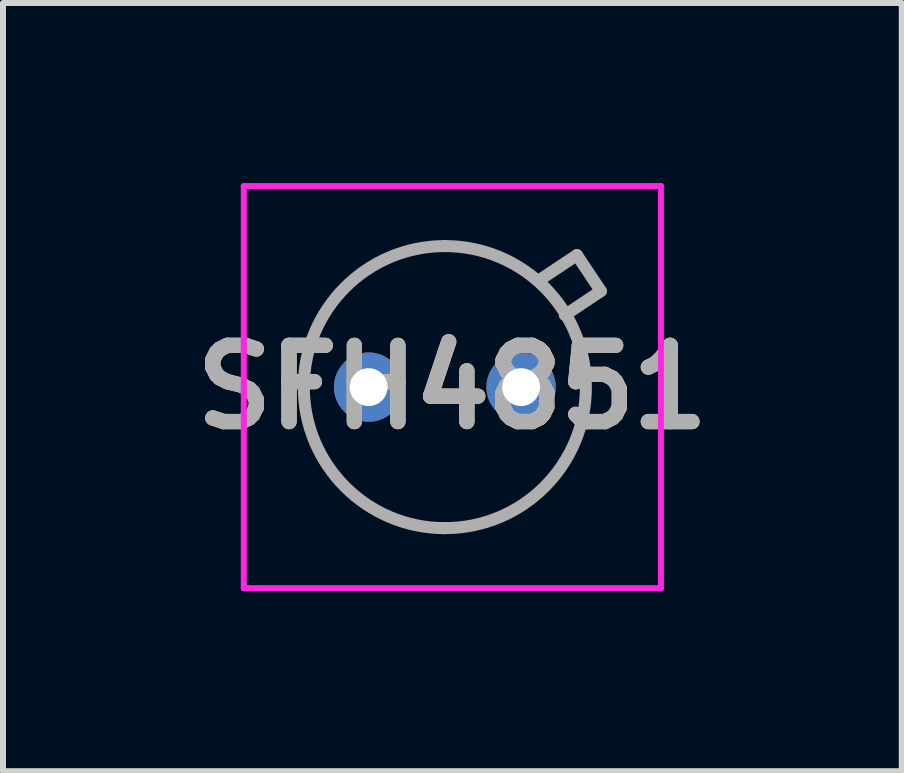
<source format=kicad_pcb>
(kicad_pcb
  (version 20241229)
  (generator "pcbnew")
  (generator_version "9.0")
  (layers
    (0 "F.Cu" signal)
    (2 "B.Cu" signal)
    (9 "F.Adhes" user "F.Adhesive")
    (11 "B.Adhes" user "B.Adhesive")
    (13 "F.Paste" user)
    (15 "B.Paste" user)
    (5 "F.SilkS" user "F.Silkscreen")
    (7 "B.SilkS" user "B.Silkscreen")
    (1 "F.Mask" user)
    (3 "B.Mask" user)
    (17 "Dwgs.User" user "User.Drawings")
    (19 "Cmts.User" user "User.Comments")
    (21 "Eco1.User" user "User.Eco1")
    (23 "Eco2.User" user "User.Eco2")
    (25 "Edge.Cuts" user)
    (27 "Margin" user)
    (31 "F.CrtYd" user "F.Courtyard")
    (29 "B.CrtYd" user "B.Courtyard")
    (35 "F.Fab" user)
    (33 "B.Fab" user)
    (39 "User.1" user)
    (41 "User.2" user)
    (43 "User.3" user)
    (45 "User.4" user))
  (footprint "SFH4851"
    (layer "F.Cu")
    (at 3.092 3.4)
    (property "Reference" "SFH4851" (at 1.395 0 0) (layer "F.SilkS") (effects (font (size 1.27 1.27) (thickness 0.254))))
    (attr through_hole)
    (fp_line (start 1.27 -2.35) (end 1.27 -2.35) (stroke (width 0.1) (type solid)) (layer "F.SilkS"))
    (fp_line (start 1.27 2.35) (end 1.27 2.35) (stroke (width 0.1) (type solid)) (layer "F.SilkS"))
    (fp_arc (start 1.27 -2.35) (mid 3.62 0) (end 1.27 2.35) (stroke (width 0.1) (type solid)) (layer "F.SilkS"))
    (fp_arc (start 1.27 2.35) (mid -1.08 0) (end 1.27 -2.35) (stroke (width 0.1) (type solid)) (layer "F.SilkS"))
    (fp_line (start -2.08 -3.35) (end -2.08 3.35) (stroke (width 0.1) (type solid)) (layer "F.CrtYd"))
    (fp_line (start -2.08 3.35) (end 4.87 3.35) (stroke (width 0.1) (type solid)) (layer "F.CrtYd"))
    (fp_line (start 4.87 -3.35) (end -2.08 -3.35) (stroke (width 0.1) (type solid)) (layer "F.CrtYd"))
    (fp_line (start 4.87 3.35) (end 4.87 -3.35) (stroke (width 0.1) (type solid)) (layer "F.CrtYd"))
    (fp_line (start 1.27 -2.35) (end 1.27 -2.35) (stroke (width 0.2) (type solid)) (layer "F.Fab"))
    (fp_line (start 1.27 2.35) (end 1.27 2.35) (stroke (width 0.2) (type solid)) (layer "F.Fab"))
    (fp_line (start 3.27 -1.2) (end 3.87 -1.6) (stroke (width 0.2) (type solid)) (layer "F.Fab"))
    (fp_line (start 3.47 -2.2) (end 2.87 -1.8) (stroke (width 0.2) (type solid)) (layer "F.Fab"))
    (fp_line (start 3.87 -1.6) (end 3.47 -2.2) (stroke (width 0.2) (type solid)) (layer "F.Fab"))
    (fp_arc (start 1.27 -2.35) (mid 3.62 0) (end 1.27 2.35) (stroke (width 0.2) (type solid)) (layer "F.Fab"))
    (fp_arc (start 1.27 2.35) (mid -1.08 0) (end 1.27 -2.35) (stroke (width 0.2) (type solid)) (layer "F.Fab"))
    (fp_text user "${REFERENCE}" (at 1.395 0 0) (layer "F.Fab") (effects (font (size 1.27 1.27) (thickness 0.254))))
    (pad "1" thru_hole circle (at 0 0) (size 1.155 1.155) (drill 0.63) (layers "*.Cu" "*.Mask"))
    (pad "2" thru_hole circle (at 2.54 0) (size 1.155 1.155) (drill 0.63) (layers "*.Cu" "*.Mask")))
  (gr_rect
    (start -3 -3)
    (end 11.975 9.8)
    (stroke (width 0.1) (type default))
    (fill no)
    (layer "Edge.Cuts")))
</source>
